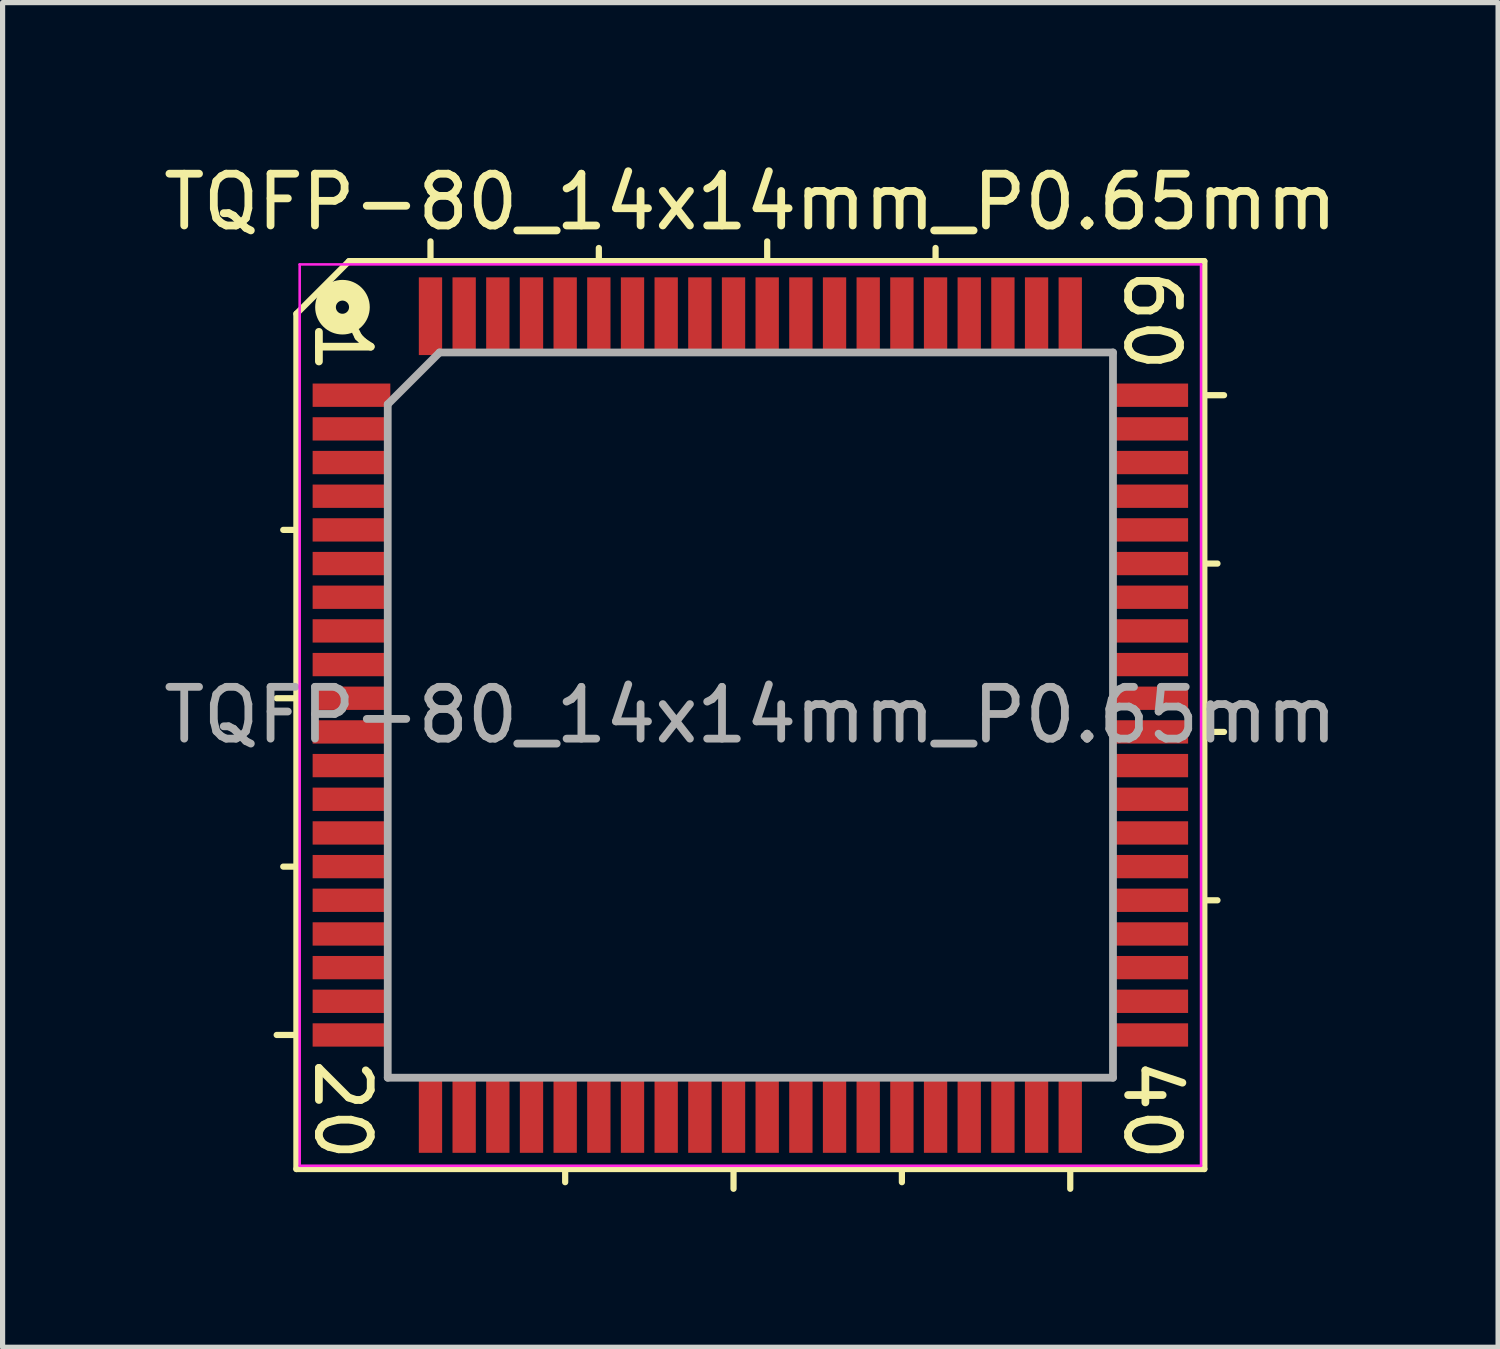
<source format=kicad_pcb>
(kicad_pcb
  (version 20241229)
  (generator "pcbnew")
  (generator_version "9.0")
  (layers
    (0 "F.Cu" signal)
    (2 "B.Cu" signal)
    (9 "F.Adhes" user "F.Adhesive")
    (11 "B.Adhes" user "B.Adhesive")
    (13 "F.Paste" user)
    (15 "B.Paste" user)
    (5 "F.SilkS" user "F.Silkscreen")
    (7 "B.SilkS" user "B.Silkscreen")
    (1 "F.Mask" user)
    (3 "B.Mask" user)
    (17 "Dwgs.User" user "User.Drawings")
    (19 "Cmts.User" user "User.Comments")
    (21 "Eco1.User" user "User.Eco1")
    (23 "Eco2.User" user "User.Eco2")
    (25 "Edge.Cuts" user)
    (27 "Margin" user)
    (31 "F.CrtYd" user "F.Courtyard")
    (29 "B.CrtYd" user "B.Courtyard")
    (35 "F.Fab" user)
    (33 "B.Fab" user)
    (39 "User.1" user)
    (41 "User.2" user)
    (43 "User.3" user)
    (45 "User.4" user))
  (footprint "TQFP-80_14x14mm_P0.65mm"
    (layer "F.Cu")
    (at 11.435 10.754)
    (property "Reference" "TQFP-80_14x14mm_P0.65mm" (at 0 -9.906 0) (layer "F.SilkS") (effects (font (size 1 1) (thickness 0.15))))
    (attr smd)
    (fp_line (start -8.763 -7.747) (end -8.763 8.763) (stroke (width 0.12) (type solid)) (layer "F.SilkS"))
    (fp_line (start -8.763 -3.575) (end -9.017 -3.575) (stroke (width 0.12) (type solid)) (layer "F.SilkS"))
    (fp_line (start -8.763 -0.325) (end -9.144 -0.325) (stroke (width 0.12) (type solid)) (layer "F.SilkS"))
    (fp_line (start -8.763 2.925) (end -9.017 2.925) (stroke (width 0.12) (type solid)) (layer "F.SilkS"))
    (fp_line (start -8.763 6.175) (end -9.144 6.175) (stroke (width 0.12) (type solid)) (layer "F.SilkS"))
    (fp_line (start -8.763 8.763) (end 8.763 8.763) (stroke (width 0.12) (type solid)) (layer "F.SilkS"))
    (fp_line (start -7.747 -8.763) (end -8.763 -7.747) (stroke (width 0.12) (type solid)) (layer "F.SilkS"))
    (fp_line (start -6.175 -8.763) (end -6.175 -9.144) (stroke (width 0.12) (type solid)) (layer "F.SilkS"))
    (fp_line (start -3.575 8.763) (end -3.575 9.017) (stroke (width 0.12) (type solid)) (layer "F.SilkS"))
    (fp_line (start -2.925 -8.763) (end -2.925 -9.017) (stroke (width 0.12) (type solid)) (layer "F.SilkS"))
    (fp_line (start -0.325 8.763) (end -0.325 9.144) (stroke (width 0.12) (type solid)) (layer "F.SilkS"))
    (fp_line (start 0.325 -8.763) (end 0.325 -9.144) (stroke (width 0.12) (type solid)) (layer "F.SilkS"))
    (fp_line (start 2.925 8.763) (end 2.925 9.017) (stroke (width 0.12) (type solid)) (layer "F.SilkS"))
    (fp_line (start 3.575 -8.763) (end 3.575 -9.017) (stroke (width 0.12) (type solid)) (layer "F.SilkS"))
    (fp_line (start 6.175 8.763) (end 6.175 9.144) (stroke (width 0.12) (type solid)) (layer "F.SilkS"))
    (fp_line (start 8.763 -8.763) (end -7.747 -8.763) (stroke (width 0.12) (type solid)) (layer "F.SilkS"))
    (fp_line (start 8.763 -6.175) (end 9.144 -6.175) (stroke (width 0.12) (type solid)) (layer "F.SilkS"))
    (fp_line (start 8.763 -2.925) (end 9.017 -2.925) (stroke (width 0.12) (type solid)) (layer "F.SilkS"))
    (fp_line (start 8.763 0.325) (end 9.144 0.325) (stroke (width 0.12) (type solid)) (layer "F.SilkS"))
    (fp_line (start 8.763 3.575) (end 9.017 3.575) (stroke (width 0.12) (type solid)) (layer "F.SilkS"))
    (fp_line (start 8.763 8.763) (end 8.763 -8.763) (stroke (width 0.12) (type solid)) (layer "F.SilkS"))
    (fp_circle (center -7.874 -7.874) (end -7.747 -7.874) (stroke (width 0.4) (type solid)) (fill no) (layer "F.SilkS"))
    (fp_line (start -8.7 -8.7) (end -8.7 8.7) (stroke (width 0.05) (type solid)) (layer "F.CrtYd"))
    (fp_line (start -8.7 -8.7) (end 8.7 -8.7) (stroke (width 0.05) (type solid)) (layer "F.CrtYd"))
    (fp_line (start -8.7 8.7) (end 8.7 8.7) (stroke (width 0.05) (type solid)) (layer "F.CrtYd"))
    (fp_line (start 8.7 -8.7) (end 8.7 8.7) (stroke (width 0.05) (type solid)) (layer "F.CrtYd"))
    (fp_line (start -7 -6) (end -6 -7) (stroke (width 0.15) (type solid)) (layer "F.Fab"))
    (fp_line (start -7 7) (end -7 -6) (stroke (width 0.15) (type solid)) (layer "F.Fab"))
    (fp_line (start -6 -7) (end 7 -7) (stroke (width 0.15) (type solid)) (layer "F.Fab"))
    (fp_line (start 7 -7) (end 7 7) (stroke (width 0.15) (type solid)) (layer "F.Fab"))
    (fp_line (start 7 7) (end -7 7) (stroke (width 0.15) (type solid)) (layer "F.Fab"))
    (fp_text user "20" (at -7.874 7.62 270) (unlocked yes) (layer "F.SilkS") (effects (font (size 1 1) (thickness 0.15))))
    (fp_text user "1" (at -7.874 -7.112 270) (unlocked yes) (layer "F.SilkS") (effects (font (size 1 1) (thickness 0.15))))
    (fp_text user "40" (at 7.747 7.62 270) (unlocked yes) (layer "F.SilkS") (effects (font (size 1 1) (thickness 0.15))))
    (fp_text user "60" (at 7.747 -7.62 270) (unlocked yes) (layer "F.SilkS") (effects (font (size 1 1) (thickness 0.15))))
    (fp_text user "${REFERENCE}" (at 0 0 0) (layer "F.Fab") (effects (font (size 1 1) (thickness 0.15))))
    (pad "1" smd rect (at -7.7 -6.175) (size 1.5 0.45) (layers "F.Cu" "F.Mask" "F.Paste"))
    (pad "2" smd rect (at -7.7 -5.525) (size 1.5 0.45) (layers "F.Cu" "F.Mask" "F.Paste"))
    (pad "3" smd rect (at -7.7 -4.875) (size 1.5 0.45) (layers "F.Cu" "F.Mask" "F.Paste"))
    (pad "4" smd rect (at -7.7 -4.225) (size 1.5 0.45) (layers "F.Cu" "F.Mask" "F.Paste"))
    (pad "5" smd rect (at -7.7 -3.575) (size 1.5 0.45) (layers "F.Cu" "F.Mask" "F.Paste"))
    (pad "6" smd rect (at -7.7 -2.925) (size 1.5 0.45) (layers "F.Cu" "F.Mask" "F.Paste"))
    (pad "7" smd rect (at -7.7 -2.275) (size 1.5 0.45) (layers "F.Cu" "F.Mask" "F.Paste"))
    (pad "8" smd rect (at -7.7 -1.625) (size 1.5 0.45) (layers "F.Cu" "F.Mask" "F.Paste"))
    (pad "9" smd rect (at -7.7 -0.975) (size 1.5 0.45) (layers "F.Cu" "F.Mask" "F.Paste"))
    (pad "10" smd rect (at -7.7 -0.325) (size 1.5 0.45) (layers "F.Cu" "F.Mask" "F.Paste"))
    (pad "11" smd rect (at -7.7 0.325) (size 1.5 0.45) (layers "F.Cu" "F.Mask" "F.Paste"))
    (pad "12" smd rect (at -7.7 0.975) (size 1.5 0.45) (layers "F.Cu" "F.Mask" "F.Paste"))
    (pad "13" smd rect (at -7.7 1.625) (size 1.5 0.45) (layers "F.Cu" "F.Mask" "F.Paste"))
    (pad "14" smd rect (at -7.7 2.275) (size 1.5 0.45) (layers "F.Cu" "F.Mask" "F.Paste"))
    (pad "15" smd rect (at -7.7 2.925) (size 1.5 0.45) (layers "F.Cu" "F.Mask" "F.Paste"))
    (pad "16" smd rect (at -7.7 3.575) (size 1.5 0.45) (layers "F.Cu" "F.Mask" "F.Paste"))
    (pad "17" smd rect (at -7.7 4.225) (size 1.5 0.45) (layers "F.Cu" "F.Mask" "F.Paste"))
    (pad "18" smd rect (at -7.7 4.875) (size 1.5 0.45) (layers "F.Cu" "F.Mask" "F.Paste"))
    (pad "19" smd rect (at -7.7 5.525) (size 1.5 0.45) (layers "F.Cu" "F.Mask" "F.Paste"))
    (pad "20" smd rect (at -7.7 6.175) (size 1.5 0.45) (layers "F.Cu" "F.Mask" "F.Paste"))
    (pad "21" smd rect (at -6.175 7.7 90) (size 1.5 0.45) (layers "F.Cu" "F.Mask" "F.Paste"))
    (pad "22" smd rect (at -5.525 7.7 90) (size 1.5 0.45) (layers "F.Cu" "F.Mask" "F.Paste"))
    (pad "23" smd rect (at -4.875 7.7 90) (size 1.5 0.45) (layers "F.Cu" "F.Mask" "F.Paste"))
    (pad "24" smd rect (at -4.225 7.7 90) (size 1.5 0.45) (layers "F.Cu" "F.Mask" "F.Paste"))
    (pad "25" smd rect (at -3.575 7.7 90) (size 1.5 0.45) (layers "F.Cu" "F.Mask" "F.Paste"))
    (pad "26" smd rect (at -2.925 7.7 90) (size 1.5 0.45) (layers "F.Cu" "F.Mask" "F.Paste"))
    (pad "27" smd rect (at -2.275 7.7 90) (size 1.5 0.45) (layers "F.Cu" "F.Mask" "F.Paste"))
    (pad "28" smd rect (at -1.625 7.7 90) (size 1.5 0.45) (layers "F.Cu" "F.Mask" "F.Paste"))
    (pad "29" smd rect (at -0.975 7.7 90) (size 1.5 0.45) (layers "F.Cu" "F.Mask" "F.Paste"))
    (pad "30" smd rect (at -0.325 7.7 90) (size 1.5 0.45) (layers "F.Cu" "F.Mask" "F.Paste"))
    (pad "31" smd rect (at 0.325 7.7 90) (size 1.5 0.45) (layers "F.Cu" "F.Mask" "F.Paste"))
    (pad "32" smd rect (at 0.975 7.7 90) (size 1.5 0.45) (layers "F.Cu" "F.Mask" "F.Paste"))
    (pad "33" smd rect (at 1.625 7.7 90) (size 1.5 0.45) (layers "F.Cu" "F.Mask" "F.Paste"))
    (pad "34" smd rect (at 2.275 7.7 90) (size 1.5 0.45) (layers "F.Cu" "F.Mask" "F.Paste"))
    (pad "35" smd rect (at 2.925 7.7 90) (size 1.5 0.45) (layers "F.Cu" "F.Mask" "F.Paste"))
    (pad "36" smd rect (at 3.575 7.7 90) (size 1.5 0.45) (layers "F.Cu" "F.Mask" "F.Paste"))
    (pad "37" smd rect (at 4.225 7.7 90) (size 1.5 0.45) (layers "F.Cu" "F.Mask" "F.Paste"))
    (pad "38" smd rect (at 4.875 7.7 90) (size 1.5 0.45) (layers "F.Cu" "F.Mask" "F.Paste"))
    (pad "39" smd rect (at 5.525 7.7 90) (size 1.5 0.45) (layers "F.Cu" "F.Mask" "F.Paste"))
    (pad "40" smd rect (at 6.175 7.7 90) (size 1.5 0.45) (layers "F.Cu" "F.Mask" "F.Paste"))
    (pad "41" smd rect (at 7.7 6.175) (size 1.5 0.45) (layers "F.Cu" "F.Mask" "F.Paste"))
    (pad "42" smd rect (at 7.7 5.525) (size 1.5 0.45) (layers "F.Cu" "F.Mask" "F.Paste"))
    (pad "43" smd rect (at 7.7 4.875) (size 1.5 0.45) (layers "F.Cu" "F.Mask" "F.Paste"))
    (pad "44" smd rect (at 7.7 4.225) (size 1.5 0.45) (layers "F.Cu" "F.Mask" "F.Paste"))
    (pad "45" smd rect (at 7.7 3.575) (size 1.5 0.45) (layers "F.Cu" "F.Mask" "F.Paste"))
    (pad "46" smd rect (at 7.7 2.925) (size 1.5 0.45) (layers "F.Cu" "F.Mask" "F.Paste"))
    (pad "47" smd rect (at 7.7 2.275) (size 1.5 0.45) (layers "F.Cu" "F.Mask" "F.Paste"))
    (pad "48" smd rect (at 7.7 1.625) (size 1.5 0.45) (layers "F.Cu" "F.Mask" "F.Paste"))
    (pad "49" smd rect (at 7.7 0.975) (size 1.5 0.45) (layers "F.Cu" "F.Mask" "F.Paste"))
    (pad "50" smd rect (at 7.7 0.325) (size 1.5 0.45) (layers "F.Cu" "F.Mask" "F.Paste"))
    (pad "51" smd rect (at 7.7 -0.325) (size 1.5 0.45) (layers "F.Cu" "F.Mask" "F.Paste"))
    (pad "52" smd rect (at 7.7 -0.975) (size 1.5 0.45) (layers "F.Cu" "F.Mask" "F.Paste"))
    (pad "53" smd rect (at 7.7 -1.625) (size 1.5 0.45) (layers "F.Cu" "F.Mask" "F.Paste"))
    (pad "54" smd rect (at 7.7 -2.275) (size 1.5 0.45) (layers "F.Cu" "F.Mask" "F.Paste"))
    (pad "55" smd rect (at 7.7 -2.925) (size 1.5 0.45) (layers "F.Cu" "F.Mask" "F.Paste"))
    (pad "56" smd rect (at 7.7 -3.575) (size 1.5 0.45) (layers "F.Cu" "F.Mask" "F.Paste"))
    (pad "57" smd rect (at 7.7 -4.225) (size 1.5 0.45) (layers "F.Cu" "F.Mask" "F.Paste"))
    (pad "58" smd rect (at 7.7 -4.875) (size 1.5 0.45) (layers "F.Cu" "F.Mask" "F.Paste"))
    (pad "59" smd rect (at 7.7 -5.525) (size 1.5 0.45) (layers "F.Cu" "F.Mask" "F.Paste"))
    (pad "60" smd rect (at 7.7 -6.175) (size 1.5 0.45) (layers "F.Cu" "F.Mask" "F.Paste"))
    (pad "61" smd rect (at 6.175 -7.7 90) (size 1.5 0.45) (layers "F.Cu" "F.Mask" "F.Paste"))
    (pad "62" smd rect (at 5.525 -7.7 90) (size 1.5 0.45) (layers "F.Cu" "F.Mask" "F.Paste"))
    (pad "63" smd rect (at 4.875 -7.7 90) (size 1.5 0.45) (layers "F.Cu" "F.Mask" "F.Paste"))
    (pad "64" smd rect (at 4.225 -7.7 90) (size 1.5 0.45) (layers "F.Cu" "F.Mask" "F.Paste"))
    (pad "65" smd rect (at 3.575 -7.7 90) (size 1.5 0.45) (layers "F.Cu" "F.Mask" "F.Paste"))
    (pad "66" smd rect (at 2.925 -7.7 90) (size 1.5 0.45) (layers "F.Cu" "F.Mask" "F.Paste"))
    (pad "67" smd rect (at 2.275 -7.7 90) (size 1.5 0.45) (layers "F.Cu" "F.Mask" "F.Paste"))
    (pad "68" smd rect (at 1.625 -7.7 90) (size 1.5 0.45) (layers "F.Cu" "F.Mask" "F.Paste"))
    (pad "69" smd rect (at 0.975 -7.7 90) (size 1.5 0.45) (layers "F.Cu" "F.Mask" "F.Paste"))
    (pad "70" smd rect (at 0.325 -7.7 90) (size 1.5 0.45) (layers "F.Cu" "F.Mask" "F.Paste"))
    (pad "71" smd rect (at -0.325 -7.7 90) (size 1.5 0.45) (layers "F.Cu" "F.Mask" "F.Paste"))
    (pad "72" smd rect (at -0.975 -7.7 90) (size 1.5 0.45) (layers "F.Cu" "F.Mask" "F.Paste"))
    (pad "73" smd rect (at -1.625 -7.7 90) (size 1.5 0.45) (layers "F.Cu" "F.Mask" "F.Paste"))
    (pad "74" smd rect (at -2.275 -7.7 90) (size 1.5 0.45) (layers "F.Cu" "F.Mask" "F.Paste"))
    (pad "75" smd rect (at -2.925 -7.7 90) (size 1.5 0.45) (layers "F.Cu" "F.Mask" "F.Paste"))
    (pad "76" smd rect (at -3.575 -7.7 90) (size 1.5 0.45) (layers "F.Cu" "F.Mask" "F.Paste"))
    (pad "77" smd rect (at -4.225 -7.7 90) (size 1.5 0.45) (layers "F.Cu" "F.Mask" "F.Paste"))
    (pad "78" smd rect (at -4.875 -7.7 90) (size 1.5 0.45) (layers "F.Cu" "F.Mask" "F.Paste"))
    (pad "79" smd rect (at -5.525 -7.7 90) (size 1.5 0.45) (layers "F.Cu" "F.Mask" "F.Paste"))
    (pad "80" smd rect (at -6.175 -7.7 90) (size 1.5 0.45) (layers "F.Cu" "F.Mask" "F.Paste")))
  (gr_rect
    (start -3 -3)
    (end 25.869 22.958)
    (stroke (width 0.1) (type default))
    (fill no)
    (layer "Edge.Cuts")))
</source>
